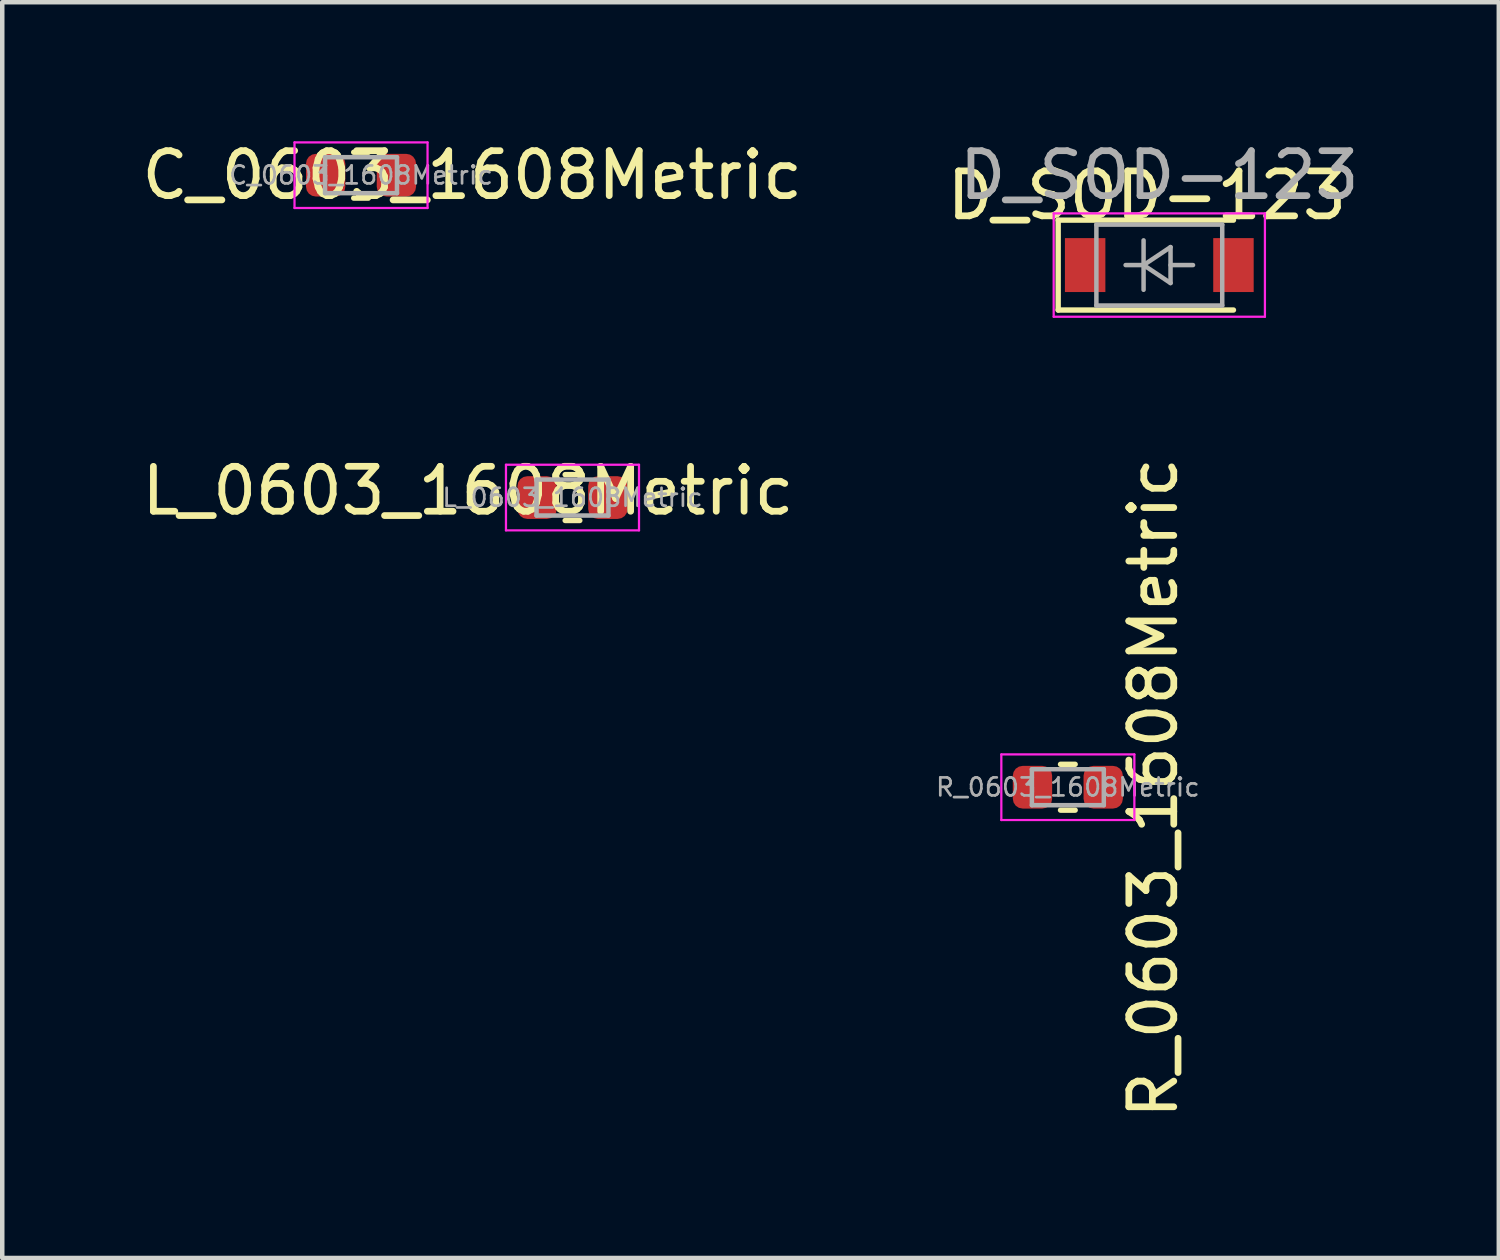
<source format=kicad_pcb>
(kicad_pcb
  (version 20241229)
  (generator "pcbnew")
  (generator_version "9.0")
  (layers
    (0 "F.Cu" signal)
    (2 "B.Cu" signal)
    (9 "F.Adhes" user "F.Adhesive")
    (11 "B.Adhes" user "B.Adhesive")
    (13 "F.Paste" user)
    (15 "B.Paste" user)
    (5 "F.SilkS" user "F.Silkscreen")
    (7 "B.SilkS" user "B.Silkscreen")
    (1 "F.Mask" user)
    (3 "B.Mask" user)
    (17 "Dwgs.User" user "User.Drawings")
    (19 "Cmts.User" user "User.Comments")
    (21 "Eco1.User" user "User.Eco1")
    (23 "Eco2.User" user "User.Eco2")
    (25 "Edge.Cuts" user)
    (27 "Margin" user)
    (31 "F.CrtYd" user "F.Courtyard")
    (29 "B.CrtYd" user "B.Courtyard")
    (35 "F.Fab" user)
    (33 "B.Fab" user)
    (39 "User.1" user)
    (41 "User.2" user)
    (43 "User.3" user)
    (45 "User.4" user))
  (footprint "C_0603_1608Metric"
    (layer "F.Cu")
    (at 4.983 0.848)
    (property "Reference" "C_0603_1608Metric" (at 2.475 0 180) (layer "F.SilkS") (effects (font (size 1 1) (thickness 0.15))))
    (attr smd)
    (fp_line (start -0.163 -0.51) (end 0.163 -0.51) (stroke (width 0.12) (type solid)) (layer "F.SilkS"))
    (fp_line (start -0.163 0.51) (end 0.163 0.51) (stroke (width 0.12) (type solid)) (layer "F.SilkS"))
    (fp_line (start -1.48 -0.73) (end 1.48 -0.73) (stroke (width 0.05) (type solid)) (layer "F.CrtYd"))
    (fp_line (start -1.48 0.73) (end -1.48 -0.73) (stroke (width 0.05) (type solid)) (layer "F.CrtYd"))
    (fp_line (start 1.48 -0.73) (end 1.48 0.73) (stroke (width 0.05) (type solid)) (layer "F.CrtYd"))
    (fp_line (start 1.48 0.73) (end -1.48 0.73) (stroke (width 0.05) (type solid)) (layer "F.CrtYd"))
    (fp_line (start -0.8 -0.4) (end 0.8 -0.4) (stroke (width 0.1) (type solid)) (layer "F.Fab"))
    (fp_line (start -0.8 0.4) (end -0.8 -0.4) (stroke (width 0.1) (type solid)) (layer "F.Fab"))
    (fp_line (start 0.8 -0.4) (end 0.8 0.4) (stroke (width 0.1) (type solid)) (layer "F.Fab"))
    (fp_line (start 0.8 0.4) (end -0.8 0.4) (stroke (width 0.1) (type solid)) (layer "F.Fab"))
    (fp_text user "${REFERENCE}" (at 0 0 0) (layer "F.Fab") (effects (font (size 0.4 0.4) (thickness 0.06))))
    (pad "1" smd roundrect (at -0.787 0) (size 0.875 0.95) (layers "F.Cu" "F.Mask" "F.Paste") (roundrect_rratio 0.25))
    (pad "2" smd roundrect (at 0.787 0) (size 0.875 0.95) (layers "F.Cu" "F.Mask" "F.Paste") (roundrect_rratio 0.25)))
  (footprint "L_0603_1608Metric"
    (layer "F.Cu")
    (at 9.688 8.021)
    (property "Reference" "L_0603_1608Metric" (at -2.325 -0.15 180) (layer "F.SilkS") (effects (font (size 1 1) (thickness 0.15))))
    (attr smd)
    (fp_line (start -0.163 -0.51) (end 0.163 -0.51) (stroke (width 0.12) (type solid)) (layer "F.SilkS"))
    (fp_line (start -0.163 0.51) (end 0.163 0.51) (stroke (width 0.12) (type solid)) (layer "F.SilkS"))
    (fp_line (start -1.48 -0.73) (end 1.48 -0.73) (stroke (width 0.05) (type solid)) (layer "F.CrtYd"))
    (fp_line (start -1.48 0.73) (end -1.48 -0.73) (stroke (width 0.05) (type solid)) (layer "F.CrtYd"))
    (fp_line (start 1.48 -0.73) (end 1.48 0.73) (stroke (width 0.05) (type solid)) (layer "F.CrtYd"))
    (fp_line (start 1.48 0.73) (end -1.48 0.73) (stroke (width 0.05) (type solid)) (layer "F.CrtYd"))
    (fp_line (start -0.8 -0.4) (end 0.8 -0.4) (stroke (width 0.1) (type solid)) (layer "F.Fab"))
    (fp_line (start -0.8 0.4) (end -0.8 -0.4) (stroke (width 0.1) (type solid)) (layer "F.Fab"))
    (fp_line (start 0.8 -0.4) (end 0.8 0.4) (stroke (width 0.1) (type solid)) (layer "F.Fab"))
    (fp_line (start 0.8 0.4) (end -0.8 0.4) (stroke (width 0.1) (type solid)) (layer "F.Fab"))
    (fp_text user "${REFERENCE}" (at 0 0 180) (layer "F.Fab") (effects (font (size 0.4 0.4) (thickness 0.06))))
    (pad "1" smd roundrect (at -0.787 0) (size 0.875 0.95) (layers "F.Cu" "F.Mask" "F.Paste") (roundrect_rratio 0.25))
    (pad "2" smd roundrect (at 0.787 0) (size 0.875 0.95) (layers "F.Cu" "F.Mask" "F.Paste") (roundrect_rratio 0.25)))
  (footprint "D_SOD-123"
    (layer "F.Cu")
    (at 22.745 2.848)
    (property "Reference" "D_SOD-123" (at -0.275 -1.55 0) (layer "F.SilkS") (effects (font (size 1 1) (thickness 0.15))))
    (attr smd)
    (fp_line (start -2.25 -1) (end -2.25 1) (stroke (width 0.12) (type solid)) (layer "F.SilkS"))
    (fp_line (start -2.25 -1) (end 1.65 -1) (stroke (width 0.12) (type solid)) (layer "F.SilkS"))
    (fp_line (start -2.25 1) (end 1.65 1) (stroke (width 0.12) (type solid)) (layer "F.SilkS"))
    (fp_line (start -2.35 -1.15) (end -2.35 1.15) (stroke (width 0.05) (type solid)) (layer "F.CrtYd"))
    (fp_line (start -2.35 -1.15) (end 2.35 -1.15) (stroke (width 0.05) (type solid)) (layer "F.CrtYd"))
    (fp_line (start 2.35 -1.15) (end 2.35 1.15) (stroke (width 0.05) (type solid)) (layer "F.CrtYd"))
    (fp_line (start 2.35 1.15) (end -2.35 1.15) (stroke (width 0.05) (type solid)) (layer "F.CrtYd"))
    (fp_line (start -1.4 -0.9) (end 1.4 -0.9) (stroke (width 0.1) (type solid)) (layer "F.Fab"))
    (fp_line (start -1.4 0.9) (end -1.4 -0.9) (stroke (width 0.1) (type solid)) (layer "F.Fab"))
    (fp_line (start -0.75 0) (end -0.35 0) (stroke (width 0.1) (type solid)) (layer "F.Fab"))
    (fp_line (start -0.35 0) (end -0.35 -0.55) (stroke (width 0.1) (type solid)) (layer "F.Fab"))
    (fp_line (start -0.35 0) (end -0.35 0.55) (stroke (width 0.1) (type solid)) (layer "F.Fab"))
    (fp_line (start -0.35 0) (end 0.25 -0.4) (stroke (width 0.1) (type solid)) (layer "F.Fab"))
    (fp_line (start 0.25 -0.4) (end 0.25 0.4) (stroke (width 0.1) (type solid)) (layer "F.Fab"))
    (fp_line (start 0.25 0) (end 0.75 0) (stroke (width 0.1) (type solid)) (layer "F.Fab"))
    (fp_line (start 0.25 0.4) (end -0.35 0) (stroke (width 0.1) (type solid)) (layer "F.Fab"))
    (fp_line (start 1.4 -0.9) (end 1.4 0.9) (stroke (width 0.1) (type solid)) (layer "F.Fab"))
    (fp_line (start 1.4 0.9) (end -1.4 0.9) (stroke (width 0.1) (type solid)) (layer "F.Fab"))
    (fp_text user "${REFERENCE}" (at 0 -2 0) (layer "F.Fab") (effects (font (size 1 1) (thickness 0.15))))
    (pad "1" smd rect (at -1.65 0) (size 0.9 1.2) (layers "F.Cu" "F.Mask" "F.Paste"))
    (pad "2" smd rect (at 1.65 0) (size 0.9 1.2) (layers "F.Cu" "F.Mask" "F.Paste")))
  (footprint "R_0603_1608Metric"
    (layer "F.Cu")
    (at 20.71 14.466)
    (property "Reference" "R_0603_1608Metric" (at 1.902 0.015 90) (layer "F.SilkS") (effects (font (size 1 1) (thickness 0.15))))
    (attr smd)
    (fp_line (start -0.163 -0.51) (end 0.163 -0.51) (stroke (width 0.12) (type solid)) (layer "F.SilkS"))
    (fp_line (start -0.163 0.51) (end 0.163 0.51) (stroke (width 0.12) (type solid)) (layer "F.SilkS"))
    (fp_line (start -1.48 -0.73) (end 1.48 -0.73) (stroke (width 0.05) (type solid)) (layer "F.CrtYd"))
    (fp_line (start -1.48 0.73) (end -1.48 -0.73) (stroke (width 0.05) (type solid)) (layer "F.CrtYd"))
    (fp_line (start 1.48 -0.73) (end 1.48 0.73) (stroke (width 0.05) (type solid)) (layer "F.CrtYd"))
    (fp_line (start 1.48 0.73) (end -1.48 0.73) (stroke (width 0.05) (type solid)) (layer "F.CrtYd"))
    (fp_line (start -0.8 -0.4) (end 0.8 -0.4) (stroke (width 0.1) (type solid)) (layer "F.Fab"))
    (fp_line (start -0.8 0.4) (end -0.8 -0.4) (stroke (width 0.1) (type solid)) (layer "F.Fab"))
    (fp_line (start 0.8 -0.4) (end 0.8 0.4) (stroke (width 0.1) (type solid)) (layer "F.Fab"))
    (fp_line (start 0.8 0.4) (end -0.8 0.4) (stroke (width 0.1) (type solid)) (layer "F.Fab"))
    (fp_text user "${REFERENCE}" (at 0 0 180) (layer "F.Fab") (effects (font (size 0.4 0.4) (thickness 0.06))))
    (pad "1" smd roundrect (at -0.787 0) (size 0.875 0.95) (layers "F.Cu" "F.Mask" "F.Paste") (roundrect_rratio 0.25))
    (pad "2" smd roundrect (at 0.787 0) (size 0.875 0.95) (layers "F.Cu" "F.Mask" "F.Paste") (roundrect_rratio 0.25)))
  (gr_rect
    (start -3 -3)
    (end 30.299 24.94)
    (stroke (width 0.1) (type default))
    (fill no)
    (layer "Edge.Cuts")))
</source>
